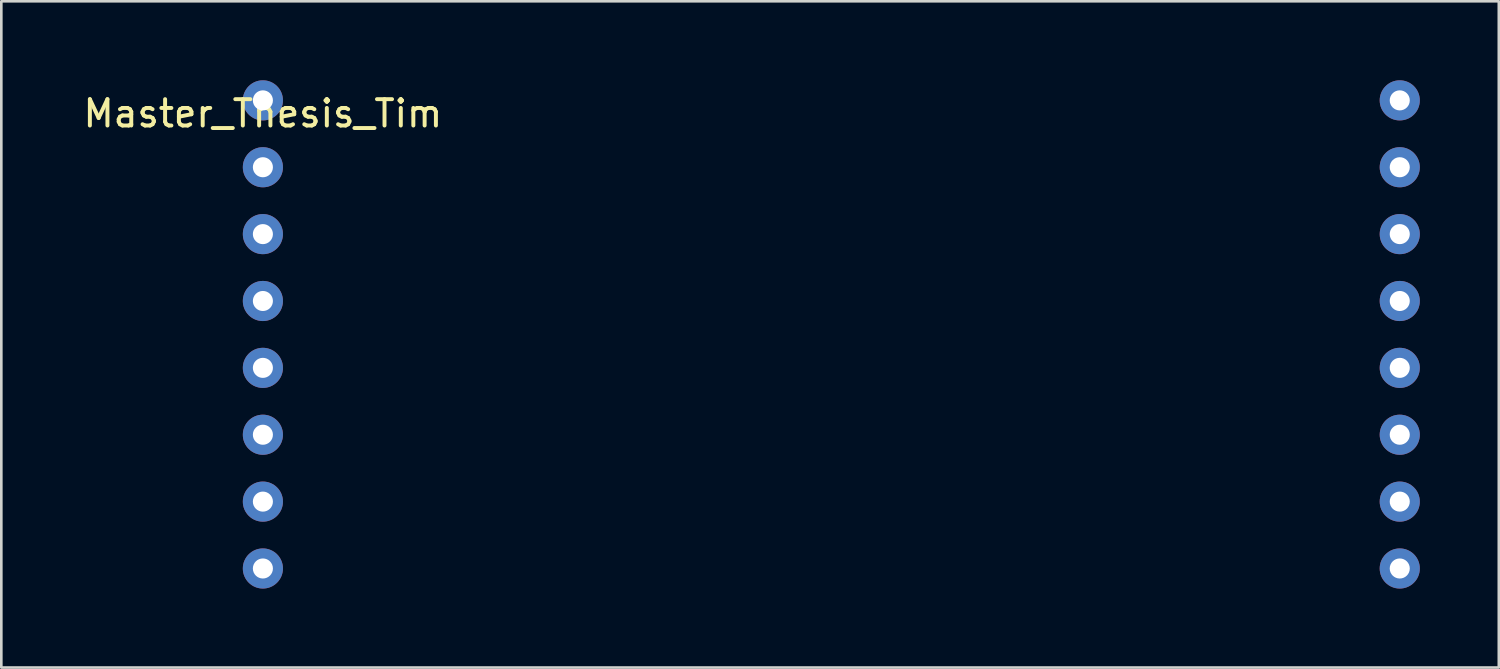
<source format=kicad_pcb>
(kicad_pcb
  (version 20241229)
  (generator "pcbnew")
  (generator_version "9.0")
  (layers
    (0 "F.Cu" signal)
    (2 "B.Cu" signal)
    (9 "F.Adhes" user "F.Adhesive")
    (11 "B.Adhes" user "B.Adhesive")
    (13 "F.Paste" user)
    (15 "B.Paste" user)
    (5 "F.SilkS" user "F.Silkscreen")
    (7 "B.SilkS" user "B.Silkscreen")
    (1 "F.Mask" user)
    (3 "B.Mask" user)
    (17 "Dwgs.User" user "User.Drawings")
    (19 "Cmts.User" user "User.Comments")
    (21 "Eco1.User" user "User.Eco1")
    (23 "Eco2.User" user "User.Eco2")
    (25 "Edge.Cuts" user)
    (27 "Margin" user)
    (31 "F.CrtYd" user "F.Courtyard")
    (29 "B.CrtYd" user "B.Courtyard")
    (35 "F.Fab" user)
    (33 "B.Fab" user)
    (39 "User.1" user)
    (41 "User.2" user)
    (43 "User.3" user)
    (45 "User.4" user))
  (footprint "Master_Thesis_Tim"
    (layer "F.Cu")
    (at 6.935 0.762)
    (property "Reference" "Master_Thesis_Tim" (at 0 0.5 0) (layer "F.SilkS") (effects (font (size 1 1) (thickness 0.15))))
    (attr through_hole)
    (pad "1" thru_hole circle (at 0 0) (size 1.524 1.524) (drill 0.762) (layers "*.Cu" "*.Mask"))
    (pad "2" thru_hole circle (at 0 2.54) (size 1.524 1.524) (drill 0.762) (layers "*.Cu" "*.Mask"))
    (pad "3" thru_hole circle (at 0 5.08) (size 1.524 1.524) (drill 0.762) (layers "*.Cu" "*.Mask"))
    (pad "4" thru_hole circle (at 0 7.62) (size 1.524 1.524) (drill 0.762) (layers "*.Cu" "*.Mask"))
    (pad "5" thru_hole circle (at 0 10.16) (size 1.524 1.524) (drill 0.762) (layers "*.Cu" "*.Mask"))
    (pad "6" thru_hole circle (at 0 12.7) (size 1.524 1.524) (drill 0.762) (layers "*.Cu" "*.Mask"))
    (pad "7" thru_hole circle (at 0 15.24) (size 1.524 1.524) (drill 0.762) (layers "*.Cu" "*.Mask"))
    (pad "8" thru_hole circle (at 0 17.78) (size 1.524 1.524) (drill 0.762) (layers "*.Cu" "*.Mask"))
    (pad "9" thru_hole circle (at 43.18 0) (size 1.524 1.524) (drill 0.762) (layers "*.Cu" "*.Mask"))
    (pad "10" thru_hole circle (at 43.18 2.54) (size 1.524 1.524) (drill 0.762) (layers "*.Cu" "*.Mask"))
    (pad "11" thru_hole circle (at 43.18 5.08) (size 1.524 1.524) (drill 0.762) (layers "*.Cu" "*.Mask"))
    (pad "12" thru_hole circle (at 43.18 7.62) (size 1.524 1.524) (drill 0.762) (layers "*.Cu" "*.Mask"))
    (pad "13" thru_hole circle (at 43.18 10.16) (size 1.524 1.524) (drill 0.762) (layers "*.Cu" "*.Mask"))
    (pad "14" thru_hole circle (at 43.18 12.7) (size 1.524 1.524) (drill 0.762) (layers "*.Cu" "*.Mask"))
    (pad "15" thru_hole circle (at 43.18 15.24) (size 1.524 1.524) (drill 0.762) (layers "*.Cu" "*.Mask"))
    (pad "16" thru_hole circle (at 43.18 17.78) (size 1.524 1.524) (drill 0.762) (layers "*.Cu" "*.Mask")))
  (gr_rect
    (start -3 -3)
    (end 53.877 22.304)
    (stroke (width 0.1) (type default))
    (fill no)
    (layer "Edge.Cuts")))
</source>
